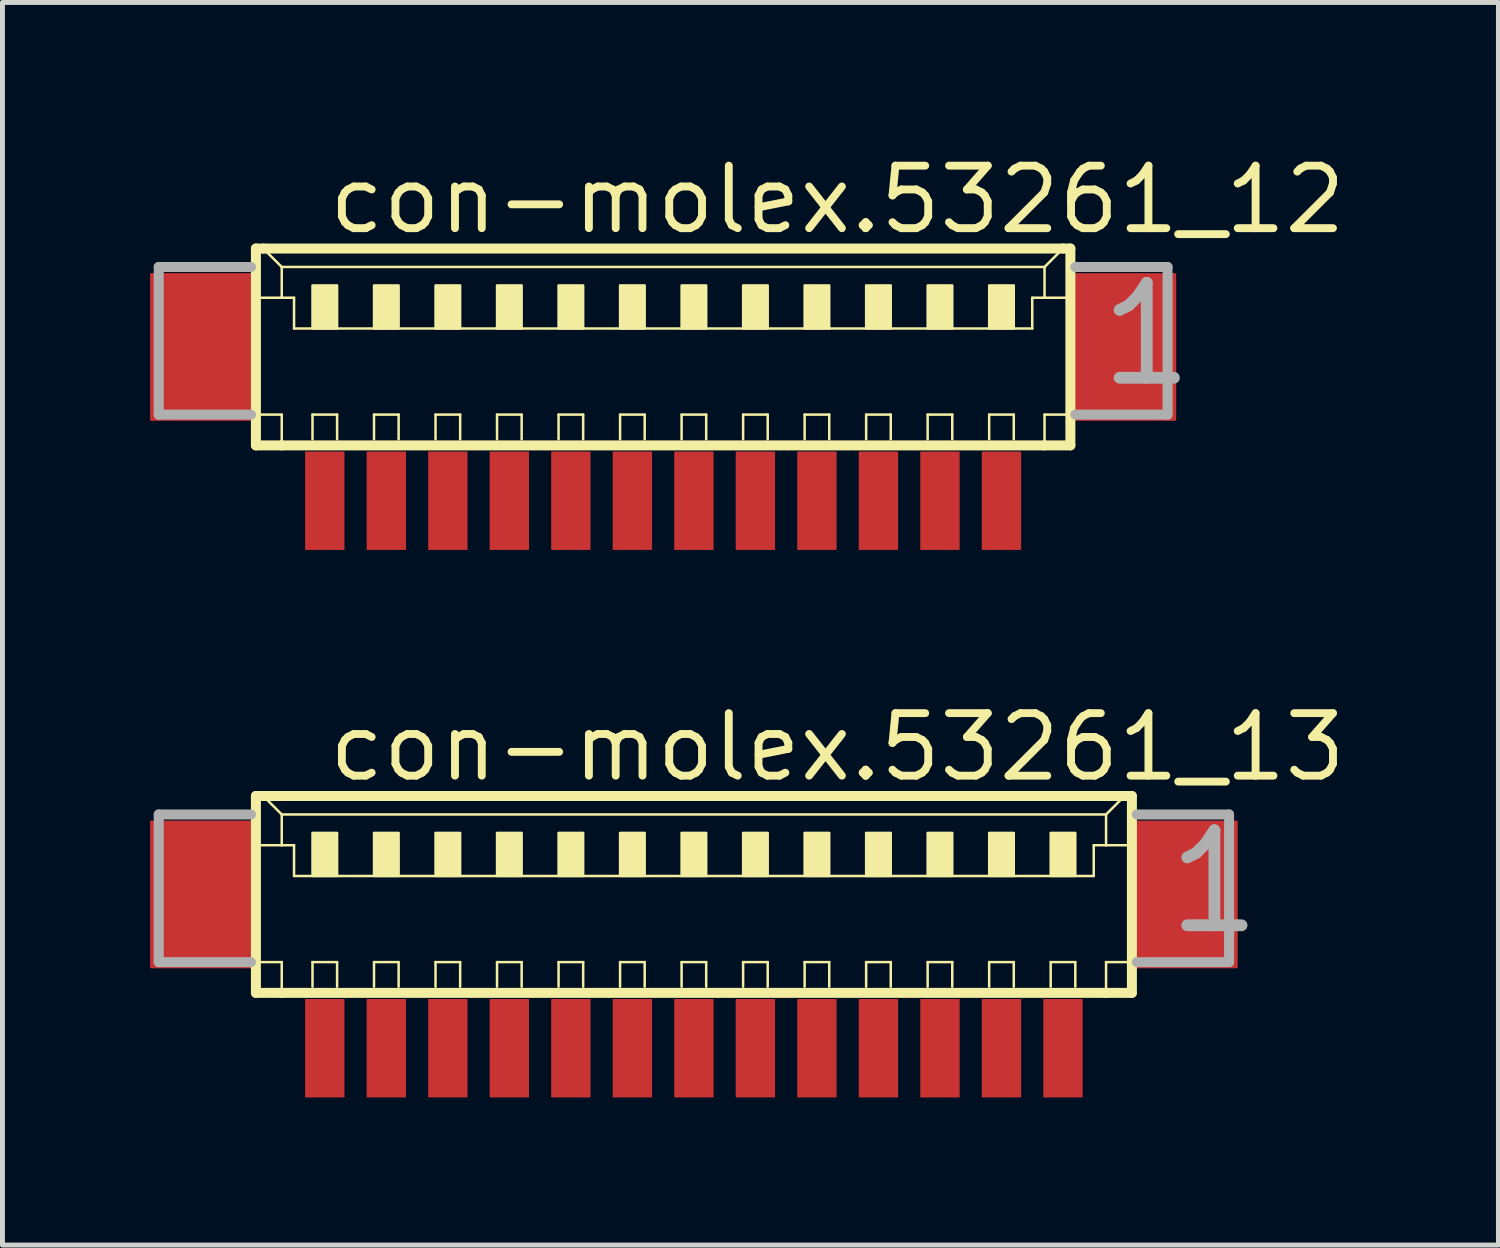
<source format=kicad_pcb>
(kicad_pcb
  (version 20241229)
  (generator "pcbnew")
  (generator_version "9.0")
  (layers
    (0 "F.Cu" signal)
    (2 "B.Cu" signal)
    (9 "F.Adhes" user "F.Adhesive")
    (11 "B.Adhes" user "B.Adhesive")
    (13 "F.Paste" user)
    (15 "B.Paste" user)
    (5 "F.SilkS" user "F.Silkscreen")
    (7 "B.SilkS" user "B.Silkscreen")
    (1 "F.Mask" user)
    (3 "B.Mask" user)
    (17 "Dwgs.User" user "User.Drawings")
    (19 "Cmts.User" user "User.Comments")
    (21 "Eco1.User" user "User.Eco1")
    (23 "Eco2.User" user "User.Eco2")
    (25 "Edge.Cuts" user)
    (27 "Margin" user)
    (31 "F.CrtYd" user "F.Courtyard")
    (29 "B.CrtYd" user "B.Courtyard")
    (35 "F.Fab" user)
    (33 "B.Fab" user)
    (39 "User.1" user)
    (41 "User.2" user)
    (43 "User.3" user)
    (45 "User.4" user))
  (footprint "con-molex.53261_13"
    (layer "F.Cu")
    (at 11.05 15.75)
    (property "Reference" "con-molex.53261_13" (at -7.5 -2.875 0) (layer "F.SilkS") (effects (font (size 1.27 1.27) (thickness 0.16)) (justify left bottom)))
    (attr smd)
    (fp_line (start -8.9 -2.625) (end -8.9 1.375) (stroke (width 0.203) (type default)) (layer "F.SilkS"))
    (fp_line (start -8.9 1.375) (end -8.375 1.375) (stroke (width 0.203) (type default)) (layer "F.SilkS"))
    (fp_line (start -8.875 -1.625) (end -8.375 -1.625) (stroke (width 0.051) (type default)) (layer "F.SilkS"))
    (fp_line (start -8.875 0.75) (end -8.375 0.75) (stroke (width 0.051) (type default)) (layer "F.SilkS"))
    (fp_line (start -8.75 -2.625) (end -8.9 -2.625) (stroke (width 0.203) (type default)) (layer "F.SilkS"))
    (fp_line (start -8.375 -2.25) (end -8.75 -2.625) (stroke (width 0.051) (type default)) (layer "F.SilkS"))
    (fp_line (start -8.375 -2.25) (end 8.375 -2.25) (stroke (width 0.051) (type default)) (layer "F.SilkS"))
    (fp_line (start -8.375 -1.625) (end -8.375 -2.25) (stroke (width 0.051) (type default)) (layer "F.SilkS"))
    (fp_line (start -8.375 -1.625) (end -8.125 -1.625) (stroke (width 0.051) (type default)) (layer "F.SilkS"))
    (fp_line (start -8.375 0.75) (end -8.375 1.375) (stroke (width 0.051) (type default)) (layer "F.SilkS"))
    (fp_line (start -8.375 1.375) (end 8.375 1.375) (stroke (width 0.203) (type default)) (layer "F.SilkS"))
    (fp_line (start -8.125 -1.625) (end -8.125 -1) (stroke (width 0.051) (type default)) (layer "F.SilkS"))
    (fp_line (start -8.125 -1) (end 8.125 -1) (stroke (width 0.051) (type default)) (layer "F.SilkS"))
    (fp_line (start -7.75 0.75) (end -7.25 0.75) (stroke (width 0.051) (type default)) (layer "F.SilkS"))
    (fp_line (start -7.75 1.25) (end -7.75 0.75) (stroke (width 0.051) (type default)) (layer "F.SilkS"))
    (fp_line (start -7.25 0.75) (end -7.25 1.25) (stroke (width 0.051) (type default)) (layer "F.SilkS"))
    (fp_line (start -6.5 0.75) (end -6 0.75) (stroke (width 0.051) (type default)) (layer "F.SilkS"))
    (fp_line (start -6.5 1.25) (end -6.5 0.75) (stroke (width 0.051) (type default)) (layer "F.SilkS"))
    (fp_line (start -6 0.75) (end -6 1.25) (stroke (width 0.051) (type default)) (layer "F.SilkS"))
    (fp_line (start -5.25 0.75) (end -4.75 0.75) (stroke (width 0.051) (type default)) (layer "F.SilkS"))
    (fp_line (start -5.25 1.25) (end -5.25 0.75) (stroke (width 0.051) (type default)) (layer "F.SilkS"))
    (fp_line (start -4.75 0.75) (end -4.75 1.25) (stroke (width 0.051) (type default)) (layer "F.SilkS"))
    (fp_line (start -4 0.75) (end -3.5 0.75) (stroke (width 0.051) (type default)) (layer "F.SilkS"))
    (fp_line (start -4 1.25) (end -4 0.75) (stroke (width 0.051) (type default)) (layer "F.SilkS"))
    (fp_line (start -3.5 0.75) (end -3.5 1.25) (stroke (width 0.051) (type default)) (layer "F.SilkS"))
    (fp_line (start -2.75 0.75) (end -2.25 0.75) (stroke (width 0.051) (type default)) (layer "F.SilkS"))
    (fp_line (start -2.75 1.25) (end -2.75 0.75) (stroke (width 0.051) (type default)) (layer "F.SilkS"))
    (fp_line (start -2.25 0.75) (end -2.25 1.25) (stroke (width 0.051) (type default)) (layer "F.SilkS"))
    (fp_line (start -1.5 0.75) (end -1 0.75) (stroke (width 0.051) (type default)) (layer "F.SilkS"))
    (fp_line (start -1.5 1.25) (end -1.5 0.75) (stroke (width 0.051) (type default)) (layer "F.SilkS"))
    (fp_line (start -1 0.75) (end -1 1.25) (stroke (width 0.051) (type default)) (layer "F.SilkS"))
    (fp_line (start -0.25 0.75) (end 0.25 0.75) (stroke (width 0.051) (type default)) (layer "F.SilkS"))
    (fp_line (start -0.25 1.25) (end -0.25 0.75) (stroke (width 0.051) (type default)) (layer "F.SilkS"))
    (fp_line (start 0.25 0.75) (end 0.25 1.25) (stroke (width 0.051) (type default)) (layer "F.SilkS"))
    (fp_line (start 1 0.75) (end 1.5 0.75) (stroke (width 0.051) (type default)) (layer "F.SilkS"))
    (fp_line (start 1 1.25) (end 1 0.75) (stroke (width 0.051) (type default)) (layer "F.SilkS"))
    (fp_line (start 1.5 0.75) (end 1.5 1.25) (stroke (width 0.051) (type default)) (layer "F.SilkS"))
    (fp_line (start 2.25 0.75) (end 2.75 0.75) (stroke (width 0.051) (type default)) (layer "F.SilkS"))
    (fp_line (start 2.25 1.25) (end 2.25 0.75) (stroke (width 0.051) (type default)) (layer "F.SilkS"))
    (fp_line (start 2.75 0.75) (end 2.75 1.25) (stroke (width 0.051) (type default)) (layer "F.SilkS"))
    (fp_line (start 3.5 0.75) (end 4 0.75) (stroke (width 0.051) (type default)) (layer "F.SilkS"))
    (fp_line (start 3.5 1.25) (end 3.5 0.75) (stroke (width 0.051) (type default)) (layer "F.SilkS"))
    (fp_line (start 4 0.75) (end 4 1.25) (stroke (width 0.051) (type default)) (layer "F.SilkS"))
    (fp_line (start 4.75 0.75) (end 5.25 0.75) (stroke (width 0.051) (type default)) (layer "F.SilkS"))
    (fp_line (start 4.75 1.25) (end 4.75 0.75) (stroke (width 0.051) (type default)) (layer "F.SilkS"))
    (fp_line (start 5.25 0.75) (end 5.25 1.25) (stroke (width 0.051) (type default)) (layer "F.SilkS"))
    (fp_line (start 6 0.75) (end 6.5 0.75) (stroke (width 0.051) (type default)) (layer "F.SilkS"))
    (fp_line (start 6 1.25) (end 6 0.75) (stroke (width 0.051) (type default)) (layer "F.SilkS"))
    (fp_line (start 6.5 0.75) (end 6.5 1.25) (stroke (width 0.051) (type default)) (layer "F.SilkS"))
    (fp_line (start 7.25 0.75) (end 7.75 0.75) (stroke (width 0.051) (type default)) (layer "F.SilkS"))
    (fp_line (start 7.25 1.25) (end 7.25 0.75) (stroke (width 0.051) (type default)) (layer "F.SilkS"))
    (fp_line (start 7.75 0.75) (end 7.75 1.25) (stroke (width 0.051) (type default)) (layer "F.SilkS"))
    (fp_line (start 8.125 -1.625) (end 8.125 -1) (stroke (width 0.051) (type default)) (layer "F.SilkS"))
    (fp_line (start 8.125 -1.625) (end 8.375 -1.625) (stroke (width 0.051) (type default)) (layer "F.SilkS"))
    (fp_line (start 8.375 -2.25) (end 8.375 -1.625) (stroke (width 0.051) (type default)) (layer "F.SilkS"))
    (fp_line (start 8.375 -2.25) (end 8.75 -2.625) (stroke (width 0.051) (type default)) (layer "F.SilkS"))
    (fp_line (start 8.375 -1.625) (end 8.875 -1.625) (stroke (width 0.051) (type default)) (layer "F.SilkS"))
    (fp_line (start 8.375 0.75) (end 8.375 1.375) (stroke (width 0.051) (type default)) (layer "F.SilkS"))
    (fp_line (start 8.375 0.75) (end 8.875 0.75) (stroke (width 0.051) (type default)) (layer "F.SilkS"))
    (fp_line (start 8.375 1.375) (end 8.9 1.375) (stroke (width 0.203) (type default)) (layer "F.SilkS"))
    (fp_line (start 8.75 -2.625) (end -8.75 -2.625) (stroke (width 0.203) (type default)) (layer "F.SilkS"))
    (fp_line (start 8.9 -2.625) (end 8.75 -2.625) (stroke (width 0.203) (type default)) (layer "F.SilkS"))
    (fp_line (start 8.9 1.375) (end 8.9 -2.625) (stroke (width 0.203) (type default)) (layer "F.SilkS"))
    (fp_rect (start -7.75 -1) (end -7.25 -1.875) (stroke (width 0.05) (type default)) (fill yes) (layer "F.SilkS"))
    (fp_rect (start -6.5 -1) (end -6 -1.875) (stroke (width 0.05) (type default)) (fill yes) (layer "F.SilkS"))
    (fp_rect (start -5.25 -1) (end -4.75 -1.875) (stroke (width 0.05) (type default)) (fill yes) (layer "F.SilkS"))
    (fp_rect (start -4 -1) (end -3.5 -1.875) (stroke (width 0.05) (type default)) (fill yes) (layer "F.SilkS"))
    (fp_rect (start -2.75 -1) (end -2.25 -1.875) (stroke (width 0.05) (type default)) (fill yes) (layer "F.SilkS"))
    (fp_rect (start -1.5 -1) (end -1 -1.875) (stroke (width 0.05) (type default)) (fill yes) (layer "F.SilkS"))
    (fp_rect (start -0.25 -1) (end 0.25 -1.875) (stroke (width 0.05) (type default)) (fill yes) (layer "F.SilkS"))
    (fp_rect (start 1 -1) (end 1.5 -1.875) (stroke (width 0.05) (type default)) (fill yes) (layer "F.SilkS"))
    (fp_rect (start 2.25 -1) (end 2.75 -1.875) (stroke (width 0.05) (type default)) (fill yes) (layer "F.SilkS"))
    (fp_rect (start 3.5 -1) (end 4 -1.875) (stroke (width 0.05) (type default)) (fill yes) (layer "F.SilkS"))
    (fp_rect (start 4.75 -1) (end 5.25 -1.875) (stroke (width 0.05) (type default)) (fill yes) (layer "F.SilkS"))
    (fp_rect (start 6 -1) (end 6.5 -1.875) (stroke (width 0.05) (type default)) (fill yes) (layer "F.SilkS"))
    (fp_rect (start 7.25 -1) (end 7.75 -1.875) (stroke (width 0.05) (type default)) (fill yes) (layer "F.SilkS"))
    (fp_line (start -10.875 -2.25) (end -10.875 0.75) (stroke (width 0.203) (type default)) (layer "F.Fab"))
    (fp_line (start -10.875 0.75) (end -9 0.75) (stroke (width 0.203) (type default)) (layer "F.Fab"))
    (fp_line (start -9 -2.25) (end -10.875 -2.25) (stroke (width 0.203) (type default)) (layer "F.Fab"))
    (fp_line (start 9 0.75) (end 10.875 0.75) (stroke (width 0.203) (type default)) (layer "F.Fab"))
    (fp_line (start 10.875 -2.25) (end 9 -2.25) (stroke (width 0.203) (type default)) (layer "F.Fab"))
    (fp_line (start 10.875 0.75) (end 10.875 -2.25) (stroke (width 0.203) (type default)) (layer "F.Fab"))
    (fp_text user "1" (at 9.5 0.25 0) (layer "F.Fab") (effects (font (size 1.93 1.93) (thickness 0.24)) (justify left bottom)))
    (pad "1" smd roundrect (at 7.5 2.5) (size 0.8 2) (layers "F.Cu" "F.Mask" "F.Paste") (roundrect_rratio 0.01))
    (pad "2" smd roundrect (at 6.25 2.5) (size 0.8 2) (layers "F.Cu" "F.Mask" "F.Paste") (roundrect_rratio 0.01))
    (pad "3" smd roundrect (at 5 2.5) (size 0.8 2) (layers "F.Cu" "F.Mask" "F.Paste") (roundrect_rratio 0.01))
    (pad "4" smd roundrect (at 3.75 2.5) (size 0.8 2) (layers "F.Cu" "F.Mask" "F.Paste") (roundrect_rratio 0.01))
    (pad "5" smd roundrect (at 2.5 2.5) (size 0.8 2) (layers "F.Cu" "F.Mask" "F.Paste") (roundrect_rratio 0.01))
    (pad "6" smd roundrect (at 1.25 2.5) (size 0.8 2) (layers "F.Cu" "F.Mask" "F.Paste") (roundrect_rratio 0.01))
    (pad "7" smd roundrect (at 0 2.5) (size 0.8 2) (layers "F.Cu" "F.Mask" "F.Paste") (roundrect_rratio 0.01))
    (pad "8" smd roundrect (at -1.25 2.5) (size 0.8 2) (layers "F.Cu" "F.Mask" "F.Paste") (roundrect_rratio 0.01))
    (pad "9" smd roundrect (at -2.5 2.5) (size 0.8 2) (layers "F.Cu" "F.Mask" "F.Paste") (roundrect_rratio 0.01))
    (pad "10" smd roundrect (at -3.75 2.5) (size 0.8 2) (layers "F.Cu" "F.Mask" "F.Paste") (roundrect_rratio 0.01))
    (pad "11" smd roundrect (at -5 2.5) (size 0.8 2) (layers "F.Cu" "F.Mask" "F.Paste") (roundrect_rratio 0.01))
    (pad "12" smd roundrect (at -6.25 2.5) (size 0.8 2) (layers "F.Cu" "F.Mask" "F.Paste") (roundrect_rratio 0.01))
    (pad "13" smd roundrect (at -7.5 2.5) (size 0.8 2) (layers "F.Cu" "F.Mask" "F.Paste") (roundrect_rratio 0.01))
    (pad "S1" smd roundrect (at 10 -0.625) (size 2.1 3) (layers "F.Cu" "F.Mask" "F.Paste") (roundrect_rratio 0.01))
    (pad "S2" smd roundrect (at -10 -0.625) (size 2.1 3) (layers "F.Cu" "F.Mask" "F.Paste") (roundrect_rratio 0.01)))
  (footprint "con-molex.53261_12"
    (layer "F.Cu")
    (at 10.425 4.625)
    (property "Reference" "con-molex.53261_12" (at -6.875 -2.875 0) (layer "F.SilkS") (effects (font (size 1.27 1.27) (thickness 0.16)) (justify left bottom)))
    (attr smd)
    (fp_line (start -8.275 -2.625) (end -8.275 1.375) (stroke (width 0.203) (type default)) (layer "F.SilkS"))
    (fp_line (start -8.275 1.375) (end -7.75 1.375) (stroke (width 0.203) (type default)) (layer "F.SilkS"))
    (fp_line (start -8.25 -1.625) (end -7.75 -1.625) (stroke (width 0.051) (type default)) (layer "F.SilkS"))
    (fp_line (start -8.25 0.75) (end -7.75 0.75) (stroke (width 0.051) (type default)) (layer "F.SilkS"))
    (fp_line (start -8.125 -2.625) (end -8.275 -2.625) (stroke (width 0.203) (type default)) (layer "F.SilkS"))
    (fp_line (start -7.75 -2.25) (end -8.125 -2.625) (stroke (width 0.051) (type default)) (layer "F.SilkS"))
    (fp_line (start -7.75 -2.25) (end 7.75 -2.25) (stroke (width 0.051) (type default)) (layer "F.SilkS"))
    (fp_line (start -7.75 -1.625) (end -7.75 -2.25) (stroke (width 0.051) (type default)) (layer "F.SilkS"))
    (fp_line (start -7.75 -1.625) (end -7.5 -1.625) (stroke (width 0.051) (type default)) (layer "F.SilkS"))
    (fp_line (start -7.75 0.75) (end -7.75 1.375) (stroke (width 0.051) (type default)) (layer "F.SilkS"))
    (fp_line (start -7.75 1.375) (end 7.75 1.375) (stroke (width 0.203) (type default)) (layer "F.SilkS"))
    (fp_line (start -7.5 -1.625) (end -7.5 -1) (stroke (width 0.051) (type default)) (layer "F.SilkS"))
    (fp_line (start -7.5 -1) (end 7.5 -1) (stroke (width 0.051) (type default)) (layer "F.SilkS"))
    (fp_line (start -7.125 0.75) (end -6.625 0.75) (stroke (width 0.051) (type default)) (layer "F.SilkS"))
    (fp_line (start -7.125 1.25) (end -7.125 0.75) (stroke (width 0.051) (type default)) (layer "F.SilkS"))
    (fp_line (start -6.625 0.75) (end -6.625 1.25) (stroke (width 0.051) (type default)) (layer "F.SilkS"))
    (fp_line (start -5.875 0.75) (end -5.375 0.75) (stroke (width 0.051) (type default)) (layer "F.SilkS"))
    (fp_line (start -5.875 1.25) (end -5.875 0.75) (stroke (width 0.051) (type default)) (layer "F.SilkS"))
    (fp_line (start -5.375 0.75) (end -5.375 1.25) (stroke (width 0.051) (type default)) (layer "F.SilkS"))
    (fp_line (start -4.625 0.75) (end -4.125 0.75) (stroke (width 0.051) (type default)) (layer "F.SilkS"))
    (fp_line (start -4.625 1.25) (end -4.625 0.75) (stroke (width 0.051) (type default)) (layer "F.SilkS"))
    (fp_line (start -4.125 0.75) (end -4.125 1.25) (stroke (width 0.051) (type default)) (layer "F.SilkS"))
    (fp_line (start -3.375 0.75) (end -2.875 0.75) (stroke (width 0.051) (type default)) (layer "F.SilkS"))
    (fp_line (start -3.375 1.25) (end -3.375 0.75) (stroke (width 0.051) (type default)) (layer "F.SilkS"))
    (fp_line (start -2.875 0.75) (end -2.875 1.25) (stroke (width 0.051) (type default)) (layer "F.SilkS"))
    (fp_line (start -2.125 0.75) (end -1.625 0.75) (stroke (width 0.051) (type default)) (layer "F.SilkS"))
    (fp_line (start -2.125 1.25) (end -2.125 0.75) (stroke (width 0.051) (type default)) (layer "F.SilkS"))
    (fp_line (start -1.625 0.75) (end -1.625 1.25) (stroke (width 0.051) (type default)) (layer "F.SilkS"))
    (fp_line (start -0.875 0.75) (end -0.375 0.75) (stroke (width 0.051) (type default)) (layer "F.SilkS"))
    (fp_line (start -0.875 1.25) (end -0.875 0.75) (stroke (width 0.051) (type default)) (layer "F.SilkS"))
    (fp_line (start -0.375 0.75) (end -0.375 1.25) (stroke (width 0.051) (type default)) (layer "F.SilkS"))
    (fp_line (start 0.375 0.75) (end 0.875 0.75) (stroke (width 0.051) (type default)) (layer "F.SilkS"))
    (fp_line (start 0.375 1.25) (end 0.375 0.75) (stroke (width 0.051) (type default)) (layer "F.SilkS"))
    (fp_line (start 0.875 0.75) (end 0.875 1.25) (stroke (width 0.051) (type default)) (layer "F.SilkS"))
    (fp_line (start 1.625 0.75) (end 2.125 0.75) (stroke (width 0.051) (type default)) (layer "F.SilkS"))
    (fp_line (start 1.625 1.25) (end 1.625 0.75) (stroke (width 0.051) (type default)) (layer "F.SilkS"))
    (fp_line (start 2.125 0.75) (end 2.125 1.25) (stroke (width 0.051) (type default)) (layer "F.SilkS"))
    (fp_line (start 2.875 0.75) (end 3.375 0.75) (stroke (width 0.051) (type default)) (layer "F.SilkS"))
    (fp_line (start 2.875 1.25) (end 2.875 0.75) (stroke (width 0.051) (type default)) (layer "F.SilkS"))
    (fp_line (start 3.375 0.75) (end 3.375 1.25) (stroke (width 0.051) (type default)) (layer "F.SilkS"))
    (fp_line (start 4.125 0.75) (end 4.625 0.75) (stroke (width 0.051) (type default)) (layer "F.SilkS"))
    (fp_line (start 4.125 1.25) (end 4.125 0.75) (stroke (width 0.051) (type default)) (layer "F.SilkS"))
    (fp_line (start 4.625 0.75) (end 4.625 1.25) (stroke (width 0.051) (type default)) (layer "F.SilkS"))
    (fp_line (start 5.375 0.75) (end 5.875 0.75) (stroke (width 0.051) (type default)) (layer "F.SilkS"))
    (fp_line (start 5.375 1.25) (end 5.375 0.75) (stroke (width 0.051) (type default)) (layer "F.SilkS"))
    (fp_line (start 5.875 0.75) (end 5.875 1.25) (stroke (width 0.051) (type default)) (layer "F.SilkS"))
    (fp_line (start 6.625 0.75) (end 7.125 0.75) (stroke (width 0.051) (type default)) (layer "F.SilkS"))
    (fp_line (start 6.625 1.25) (end 6.625 0.75) (stroke (width 0.051) (type default)) (layer "F.SilkS"))
    (fp_line (start 7.125 0.75) (end 7.125 1.25) (stroke (width 0.051) (type default)) (layer "F.SilkS"))
    (fp_line (start 7.5 -1.625) (end 7.5 -1) (stroke (width 0.051) (type default)) (layer "F.SilkS"))
    (fp_line (start 7.5 -1.625) (end 7.75 -1.625) (stroke (width 0.051) (type default)) (layer "F.SilkS"))
    (fp_line (start 7.75 -2.25) (end 7.75 -1.625) (stroke (width 0.051) (type default)) (layer "F.SilkS"))
    (fp_line (start 7.75 -2.25) (end 8.125 -2.625) (stroke (width 0.051) (type default)) (layer "F.SilkS"))
    (fp_line (start 7.75 -1.625) (end 8.25 -1.625) (stroke (width 0.051) (type default)) (layer "F.SilkS"))
    (fp_line (start 7.75 0.75) (end 7.75 1.375) (stroke (width 0.051) (type default)) (layer "F.SilkS"))
    (fp_line (start 7.75 0.75) (end 8.25 0.75) (stroke (width 0.051) (type default)) (layer "F.SilkS"))
    (fp_line (start 7.75 1.375) (end 8.275 1.375) (stroke (width 0.203) (type default)) (layer "F.SilkS"))
    (fp_line (start 8.125 -2.625) (end -8.125 -2.625) (stroke (width 0.203) (type default)) (layer "F.SilkS"))
    (fp_line (start 8.275 -2.625) (end 8.125 -2.625) (stroke (width 0.203) (type default)) (layer "F.SilkS"))
    (fp_line (start 8.275 1.375) (end 8.275 -2.625) (stroke (width 0.203) (type default)) (layer "F.SilkS"))
    (fp_rect (start -7.125 -1) (end -6.625 -1.875) (stroke (width 0.05) (type default)) (fill yes) (layer "F.SilkS"))
    (fp_rect (start -5.875 -1) (end -5.375 -1.875) (stroke (width 0.05) (type default)) (fill yes) (layer "F.SilkS"))
    (fp_rect (start -4.625 -1) (end -4.125 -1.875) (stroke (width 0.05) (type default)) (fill yes) (layer "F.SilkS"))
    (fp_rect (start -3.375 -1) (end -2.875 -1.875) (stroke (width 0.05) (type default)) (fill yes) (layer "F.SilkS"))
    (fp_rect (start -2.125 -1) (end -1.625 -1.875) (stroke (width 0.05) (type default)) (fill yes) (layer "F.SilkS"))
    (fp_rect (start -0.875 -1) (end -0.375 -1.875) (stroke (width 0.05) (type default)) (fill yes) (layer "F.SilkS"))
    (fp_rect (start 0.375 -1) (end 0.875 -1.875) (stroke (width 0.05) (type default)) (fill yes) (layer "F.SilkS"))
    (fp_rect (start 1.625 -1) (end 2.125 -1.875) (stroke (width 0.05) (type default)) (fill yes) (layer "F.SilkS"))
    (fp_rect (start 2.875 -1) (end 3.375 -1.875) (stroke (width 0.05) (type default)) (fill yes) (layer "F.SilkS"))
    (fp_rect (start 4.125 -1) (end 4.625 -1.875) (stroke (width 0.05) (type default)) (fill yes) (layer "F.SilkS"))
    (fp_rect (start 5.375 -1) (end 5.875 -1.875) (stroke (width 0.05) (type default)) (fill yes) (layer "F.SilkS"))
    (fp_rect (start 6.625 -1) (end 7.125 -1.875) (stroke (width 0.05) (type default)) (fill yes) (layer "F.SilkS"))
    (fp_line (start -10.25 -2.25) (end -10.25 0.75) (stroke (width 0.203) (type default)) (layer "F.Fab"))
    (fp_line (start -10.25 0.75) (end -8.375 0.75) (stroke (width 0.203) (type default)) (layer "F.Fab"))
    (fp_line (start -8.375 -2.25) (end -10.25 -2.25) (stroke (width 0.203) (type default)) (layer "F.Fab"))
    (fp_line (start 8.375 0.75) (end 10.25 0.75) (stroke (width 0.203) (type default)) (layer "F.Fab"))
    (fp_line (start 10.25 -2.25) (end 8.375 -2.25) (stroke (width 0.203) (type default)) (layer "F.Fab"))
    (fp_line (start 10.25 0.75) (end 10.25 -2.25) (stroke (width 0.203) (type default)) (layer "F.Fab"))
    (fp_text user "1" (at 8.75 0.25 0) (layer "F.Fab") (effects (font (size 1.93 1.93) (thickness 0.24)) (justify left bottom)))
    (pad "1" smd roundrect (at 6.875 2.5) (size 0.8 2) (layers "F.Cu" "F.Mask" "F.Paste") (roundrect_rratio 0.01))
    (pad "2" smd roundrect (at 5.625 2.5) (size 0.8 2) (layers "F.Cu" "F.Mask" "F.Paste") (roundrect_rratio 0.01))
    (pad "3" smd roundrect (at 4.375 2.5) (size 0.8 2) (layers "F.Cu" "F.Mask" "F.Paste") (roundrect_rratio 0.01))
    (pad "4" smd roundrect (at 3.125 2.5) (size 0.8 2) (layers "F.Cu" "F.Mask" "F.Paste") (roundrect_rratio 0.01))
    (pad "5" smd roundrect (at 1.875 2.5) (size 0.8 2) (layers "F.Cu" "F.Mask" "F.Paste") (roundrect_rratio 0.01))
    (pad "6" smd roundrect (at 0.625 2.5) (size 0.8 2) (layers "F.Cu" "F.Mask" "F.Paste") (roundrect_rratio 0.01))
    (pad "7" smd roundrect (at -0.625 2.5) (size 0.8 2) (layers "F.Cu" "F.Mask" "F.Paste") (roundrect_rratio 0.01))
    (pad "8" smd roundrect (at -1.875 2.5) (size 0.8 2) (layers "F.Cu" "F.Mask" "F.Paste") (roundrect_rratio 0.01))
    (pad "9" smd roundrect (at -3.125 2.5) (size 0.8 2) (layers "F.Cu" "F.Mask" "F.Paste") (roundrect_rratio 0.01))
    (pad "10" smd roundrect (at -4.375 2.5) (size 0.8 2) (layers "F.Cu" "F.Mask" "F.Paste") (roundrect_rratio 0.01))
    (pad "11" smd roundrect (at -5.625 2.5) (size 0.8 2) (layers "F.Cu" "F.Mask" "F.Paste") (roundrect_rratio 0.01))
    (pad "12" smd roundrect (at -6.875 2.5) (size 0.8 2) (layers "F.Cu" "F.Mask" "F.Paste") (roundrect_rratio 0.01))
    (pad "S1" smd roundrect (at 9.375 -0.625) (size 2.1 3) (layers "F.Cu" "F.Mask" "F.Paste") (roundrect_rratio 0.01))
    (pad "S2" smd roundrect (at -9.375 -0.625) (size 2.1 3) (layers "F.Cu" "F.Mask" "F.Paste") (roundrect_rratio 0.01)))
  (gr_rect
    (start -3 -3)
    (end 27.398 22.25)
    (stroke (width 0.1) (type default))
    (fill no)
    (layer "Edge.Cuts")))
</source>
